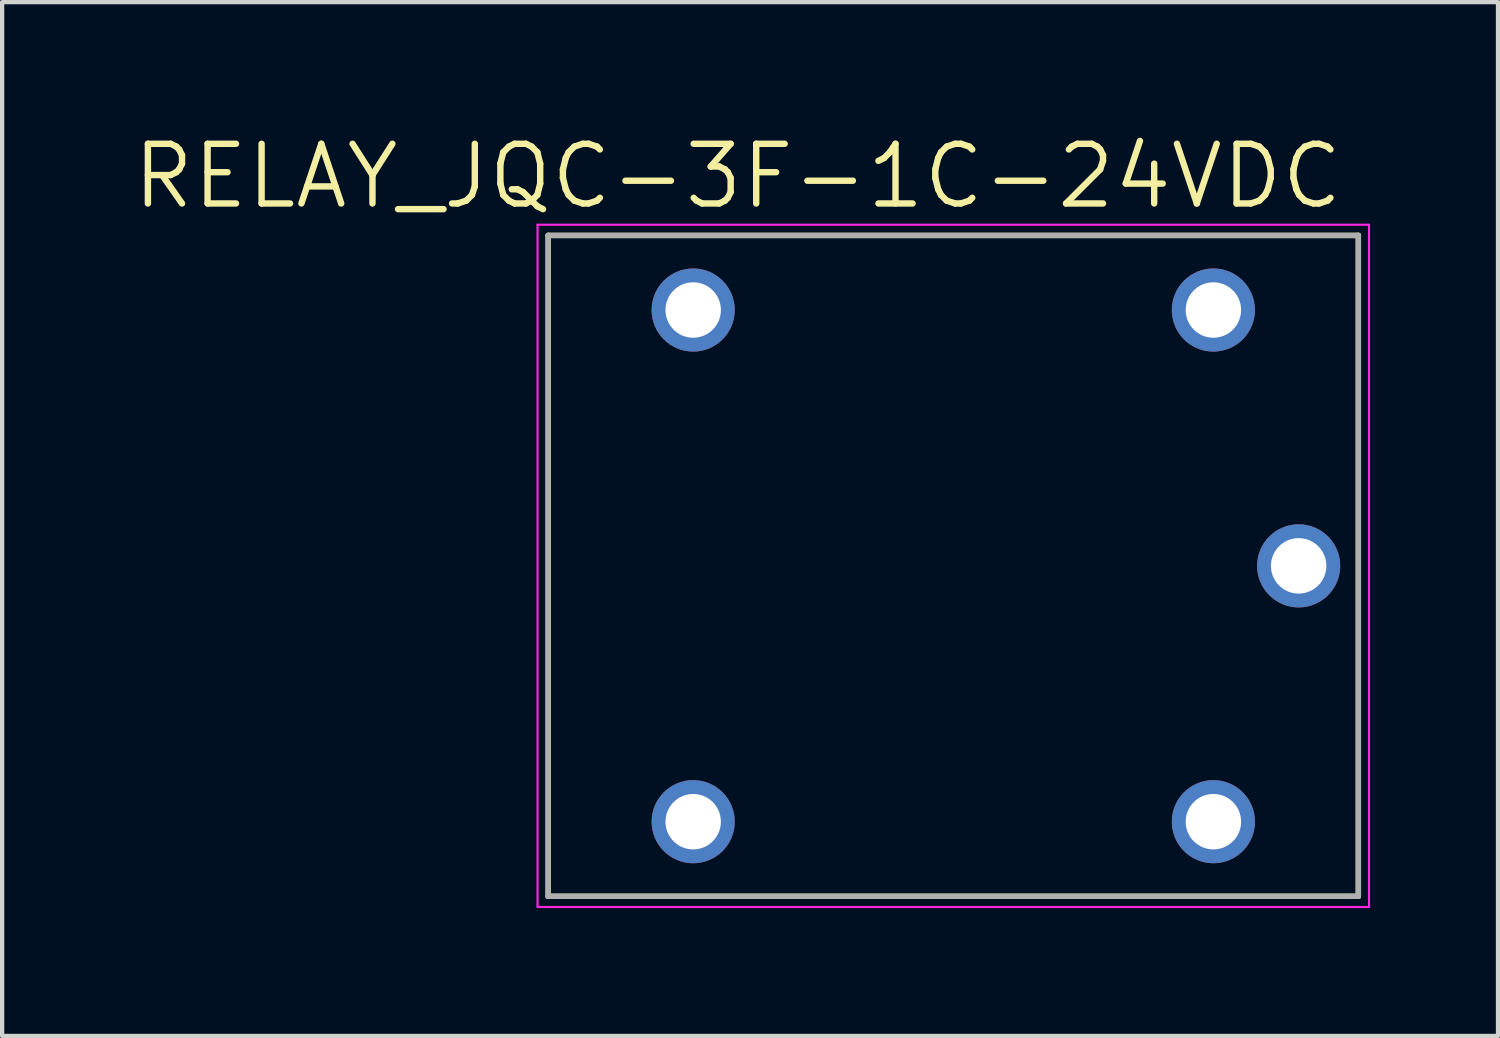
<source format=kicad_pcb>
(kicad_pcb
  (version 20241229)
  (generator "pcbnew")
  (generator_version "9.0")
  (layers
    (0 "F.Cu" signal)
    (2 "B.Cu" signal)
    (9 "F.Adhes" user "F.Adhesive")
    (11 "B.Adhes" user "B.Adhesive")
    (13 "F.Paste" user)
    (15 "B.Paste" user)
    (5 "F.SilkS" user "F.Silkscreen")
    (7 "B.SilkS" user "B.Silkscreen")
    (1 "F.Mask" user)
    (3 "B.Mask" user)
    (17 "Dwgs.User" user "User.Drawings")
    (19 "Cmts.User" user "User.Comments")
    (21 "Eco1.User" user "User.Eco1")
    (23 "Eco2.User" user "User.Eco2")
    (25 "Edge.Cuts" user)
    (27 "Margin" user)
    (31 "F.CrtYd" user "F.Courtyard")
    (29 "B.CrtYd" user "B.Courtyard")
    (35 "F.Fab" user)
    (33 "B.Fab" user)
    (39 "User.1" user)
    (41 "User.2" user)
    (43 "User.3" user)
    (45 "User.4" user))
  (footprint "RELAY_JQC-3F-1C-24VDC"
    (layer "F.Cu")
    (at 19.307 10.221)
    (property "Reference" "RELAY_JQC-3F-1C-24VDC" (at -5.055 -9.139 0) (layer "F.SilkS") (effects (font (size 1.4 1.4) (thickness 0.15))))
    (attr through_hole)
    (fp_line (start -9.5 -7.75) (end 9.5 -7.75) (stroke (width 0.127) (type solid)) (layer "F.SilkS"))
    (fp_line (start -9.5 7.75) (end -9.5 -7.75) (stroke (width 0.127) (type solid)) (layer "F.SilkS"))
    (fp_line (start 9.5 -7.75) (end 9.5 7.75) (stroke (width 0.127) (type solid)) (layer "F.SilkS"))
    (fp_line (start 9.5 7.75) (end -9.5 7.75) (stroke (width 0.127) (type solid)) (layer "F.SilkS"))
    (fp_line (start -9.75 -8) (end 9.75 -8) (stroke (width 0.05) (type solid)) (layer "F.CrtYd"))
    (fp_line (start -9.75 8) (end -9.75 -8) (stroke (width 0.05) (type solid)) (layer "F.CrtYd"))
    (fp_line (start 9.75 -8) (end 9.75 8) (stroke (width 0.05) (type solid)) (layer "F.CrtYd"))
    (fp_line (start 9.75 8) (end -9.75 8) (stroke (width 0.05) (type solid)) (layer "F.CrtYd"))
    (fp_line (start -9.5 -7.75) (end 9.5 -7.75) (stroke (width 0.127) (type solid)) (layer "F.Fab"))
    (fp_line (start -9.5 7.75) (end -9.5 -7.75) (stroke (width 0.127) (type solid)) (layer "F.Fab"))
    (fp_line (start 9.5 -7.75) (end 9.5 7.75) (stroke (width 0.127) (type solid)) (layer "F.Fab"))
    (fp_line (start 9.5 7.75) (end -9.5 7.75) (stroke (width 0.127) (type solid)) (layer "F.Fab"))
    (pad "COIL1" thru_hole circle (at 6.1 -6) (size 1.95 1.95) (drill 1.3) (layers "*.Cu" "*.Mask"))
    (pad "COIL2" thru_hole circle (at 6.1 6) (size 1.95 1.95) (drill 1.3) (layers "*.Cu" "*.Mask"))
    (pad "COM" thru_hole circle (at 8.1 0) (size 1.95 1.95) (drill 1.3) (layers "*.Cu" "*.Mask"))
    (pad "NC" thru_hole circle (at -6.1 6) (size 1.95 1.95) (drill 1.3) (layers "*.Cu" "*.Mask"))
    (pad "NO" thru_hole circle (at -6.1 -6) (size 1.95 1.95) (drill 1.3) (layers "*.Cu" "*.Mask")))
  (gr_rect
    (start -3 -3)
    (end 32.082 21.246)
    (stroke (width 0.1) (type default))
    (fill no)
    (layer "Edge.Cuts")))
</source>
